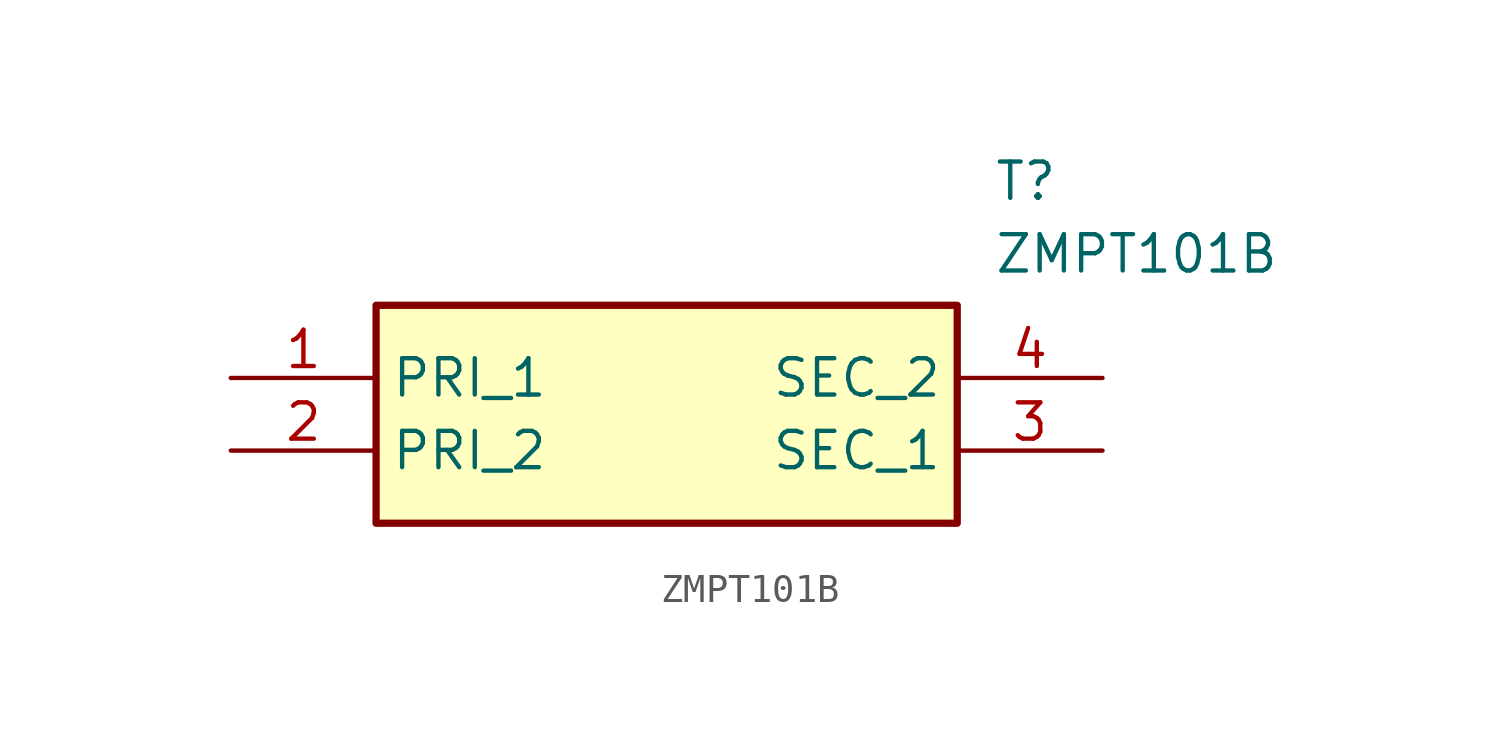
<source format=kicad_sym>
(kicad_symbol_lib
  (version 20211014)
  (generator SamacSys_ECAD_Model)
  (symbol "ZMPT101B"
    (property "Reference" "T"
      (at 26.67 7.62 0)
      (effects (font (size 1.27 1.27)) (justify left top)))
    (property "Value" "ZMPT101B"
      (at 26.67 5.08 0)
      (effects (font (size 1.27 1.27)) (justify left top)))
    (rectangle
      (start 5.08 2.54)
      (end 25.4 -5.08)
      (stroke (width 0.254) (type default))
      (fill (type background)))
    (pin passive line
      (at 0 0 0)
      (length 5.08)
      (name "PRI_1" (effects (font (size 1.27 1.27))))
      (number "1" (effects (font (size 1.27 1.27)))))
    (pin passive line
      (at 0 -2.54 0)
      (length 5.08)
      (name "PRI_2" (effects (font (size 1.27 1.27))))
      (number "2" (effects (font (size 1.27 1.27)))))
    (pin passive line
      (at 30.48 -2.54 180)
      (length 5.08)
      (name "SEC_1" (effects (font (size 1.27 1.27))))
      (number "3" (effects (font (size 1.27 1.27)))))
    (pin passive line
      (at 30.48 0 180)
      (length 5.08)
      (name "SEC_2" (effects (font (size 1.27 1.27))))
      (number "4" (effects (font (size 1.27 1.27)))))))
</source>
